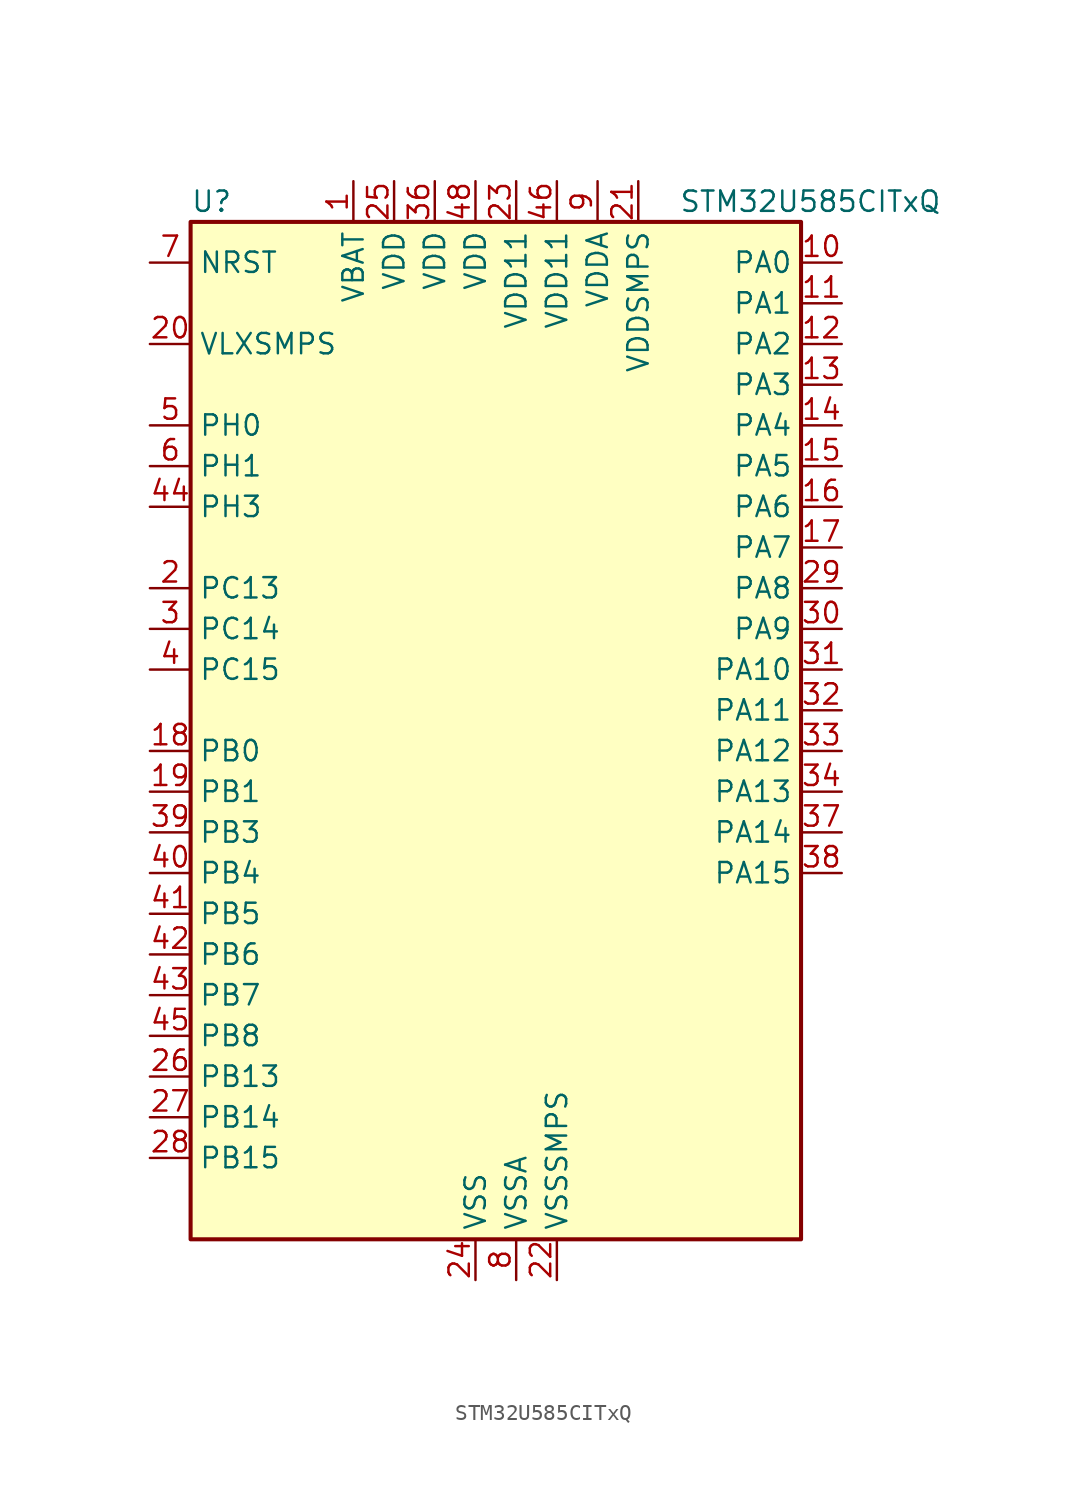
<source format=kicad_sym>
(kicad_symbol_lib
  (version 20220914)
  (generator kicad_symbol_editor)
  (symbol "STM32U585CITxQ"
    (property "Reference" "U"
      (at -17.78 34.29 0)
      (effects (font (size 1.27 1.27)) (justify left)))
    (property "Value" "STM32U585CITxQ"
      (at 12.7 34.29 0)
      (effects (font (size 1.27 1.27)) (justify left)))
    (property "ki_locked" ""
      (at 0 0 0)
      (effects (font (size 1.27 1.27))))
    (symbol "STM32U585CITxQ_0_1"
      (rectangle (start -17.78 -30.48) (end 20.32 33.02) (stroke (width 0.254) (type default)) (fill (type background))))
    (symbol "STM32U585CITxQ_1_1"
      (pin power_in line (at -7.62 35.56 270) (length 2.54) (name "VBAT" (effects (font (size 1.27 1.27)))) (number "1" (effects (font (size 1.27 1.27)))))
      (pin bidirectional line (at 22.86 30.48 180) (length 2.54) (name "PA0" (effects (font (size 1.27 1.27)))) (number "10" (effects (font (size 1.27 1.27)))) (alternate "ADC1_IN5" bidirectional line) (alternate "AUDIOCLK" bidirectional line) (alternate "OCTOSPIM_P2_NCS" bidirectional line) (alternate "OPAMP1_VINP" bidirectional line) (alternate "PWR_WKUP1" bidirectional line) (alternate "SPI3_RDY" bidirectional line) (alternate "TAMP_IN2" bidirectional line) (alternate "TAMP_OUT1" bidirectional line) (alternate "TIM2_CH1" bidirectional line) (alternate "TIM2_ETR" bidirectional line) (alternate "TIM5_CH1" bidirectional line) (alternate "TIM8_ETR" bidirectional line) (alternate "UART4_TX" bidirectional line) (alternate "USART2_CTS" bidirectional line))
      (pin bidirectional line (at 22.86 27.94 180) (length 2.54) (name "PA1" (effects (font (size 1.27 1.27)))) (number "11" (effects (font (size 1.27 1.27)))) (alternate "ADC1_IN6" bidirectional line) (alternate "I2C1_SMBA" bidirectional line) (alternate "LPTIM1_CH2" bidirectional line) (alternate "OCTOSPIM_P1_DQS" bidirectional line) (alternate "OPAMP1_VINM" bidirectional line) (alternate "PWR_WKUP3" bidirectional line) (alternate "SPI1_SCK" bidirectional line) (alternate "TAMP_IN5" bidirectional line) (alternate "TAMP_OUT4" bidirectional line) (alternate "TIM15_CH1N" bidirectional line) (alternate "TIM2_CH2" bidirectional line) (alternate "TIM5_CH2" bidirectional line) (alternate "UART4_RX" bidirectional line) (alternate "USART2_DE" bidirectional line) (alternate "USART2_RTS" bidirectional line))
      (pin bidirectional line (at 22.86 25.4 180) (length 2.54) (name "PA2" (effects (font (size 1.27 1.27)))) (number "12" (effects (font (size 1.27 1.27)))) (alternate "ADC1_IN7" bidirectional line) (alternate "COMP1_INP" bidirectional line) (alternate "LPUART1_TX" bidirectional line) (alternate "OCTOSPIM_P1_NCS" bidirectional line) (alternate "PWR_WKUP4" bidirectional line) (alternate "RCC_LSCO" bidirectional line) (alternate "SPI1_RDY" bidirectional line) (alternate "TIM15_CH1" bidirectional line) (alternate "TIM2_CH3" bidirectional line) (alternate "TIM5_CH3" bidirectional line) (alternate "UCPD1_FRSTX1" bidirectional line) (alternate "USART2_TX" bidirectional line))
      (pin bidirectional line (at 22.86 22.86 180) (length 2.54) (name "PA3" (effects (font (size 1.27 1.27)))) (number "13" (effects (font (size 1.27 1.27)))) (alternate "ADC1_IN8" bidirectional line) (alternate "LPUART1_RX" bidirectional line) (alternate "OCTOSPIM_P1_CLK" bidirectional line) (alternate "OPAMP1_VOUT" bidirectional line) (alternate "PWR_WKUP5" bidirectional line) (alternate "SAI1_CK1" bidirectional line) (alternate "SAI1_MCLK_A" bidirectional line) (alternate "TIM15_CH2" bidirectional line) (alternate "TIM2_CH4" bidirectional line) (alternate "TIM5_CH4" bidirectional line) (alternate "USART2_RX" bidirectional line))
      (pin bidirectional line (at 22.86 20.32 180) (length 2.54) (name "PA4" (effects (font (size 1.27 1.27)))) (number "14" (effects (font (size 1.27 1.27)))) (alternate "ADC1_IN9" bidirectional line) (alternate "ADC4_IN9" bidirectional line) (alternate "DAC1_OUT1" bidirectional line) (alternate "LPTIM2_CH1" bidirectional line) (alternate "OCTOSPIM_P1_NCS" bidirectional line) (alternate "PWR_WKUP2" bidirectional line) (alternate "SAI1_FS_B" bidirectional line) (alternate "SPI1_NSS" bidirectional line) (alternate "SPI3_NSS" bidirectional line) (alternate "USART2_CK" bidirectional line))
      (pin bidirectional line (at 22.86 17.78 180) (length 2.54) (name "PA5" (effects (font (size 1.27 1.27)))) (number "15" (effects (font (size 1.27 1.27)))) (alternate "ADC1_IN10" bidirectional line) (alternate "ADC4_IN10" bidirectional line) (alternate "DAC1_OUT2" bidirectional line) (alternate "LPTIM2_ETR" bidirectional line) (alternate "PWR_CSLEEP" bidirectional line) (alternate "PWR_WKUP6" bidirectional line) (alternate "SPI1_SCK" bidirectional line) (alternate "TIM2_CH1" bidirectional line) (alternate "TIM2_ETR" bidirectional line) (alternate "TIM8_CH1N" bidirectional line) (alternate "USART3_RX" bidirectional line))
      (pin bidirectional line (at 22.86 15.24 180) (length 2.54) (name "PA6" (effects (font (size 1.27 1.27)))) (number "16" (effects (font (size 1.27 1.27)))) (alternate "ADC1_IN11" bidirectional line) (alternate "ADC4_IN11" bidirectional line) (alternate "LPUART1_CTS" bidirectional line) (alternate "OCTOSPIM_P1_IO3" bidirectional line) (alternate "OPAMP2_VINP" bidirectional line) (alternate "PWR_CDSTOP" bidirectional line) (alternate "PWR_WKUP7" bidirectional line) (alternate "SPI1_MISO" bidirectional line) (alternate "TIM16_CH1" bidirectional line) (alternate "TIM1_BKIN" bidirectional line) (alternate "TIM3_CH1" bidirectional line) (alternate "TIM8_BKIN" bidirectional line) (alternate "USART3_CTS" bidirectional line))
      (pin bidirectional line (at 22.86 12.7 180) (length 2.54) (name "PA7" (effects (font (size 1.27 1.27)))) (number "17" (effects (font (size 1.27 1.27)))) (alternate "ADC1_IN12" bidirectional line) (alternate "ADC4_IN20" bidirectional line) (alternate "I2C3_SCL" bidirectional line) (alternate "LPTIM2_CH2" bidirectional line) (alternate "OCTOSPIM_P1_IO2" bidirectional line) (alternate "OPAMP2_VINM" bidirectional line) (alternate "PWR_SRDSTOP" bidirectional line) (alternate "PWR_WKUP8" bidirectional line) (alternate "SPI1_MOSI" bidirectional line) (alternate "TIM17_CH1" bidirectional line) (alternate "TIM1_CH1N" bidirectional line) (alternate "TIM3_CH2" bidirectional line) (alternate "TIM8_CH1N" bidirectional line) (alternate "USART3_TX" bidirectional line))
      (pin bidirectional line (at -20.32 0 0) (length 2.54) (name "PB0" (effects (font (size 1.27 1.27)))) (number "18" (effects (font (size 1.27 1.27)))) (alternate "ADC1_IN15" bidirectional line) (alternate "ADC4_IN18" bidirectional line) (alternate "AUDIOCLK" bidirectional line) (alternate "COMP1_OUT" bidirectional line) (alternate "LPTIM3_CH1" bidirectional line) (alternate "OCTOSPIM_P1_IO1" bidirectional line) (alternate "OPAMP2_VOUT" bidirectional line) (alternate "SPI1_NSS" bidirectional line) (alternate "TIM1_CH2N" bidirectional line) (alternate "TIM3_CH3" bidirectional line) (alternate "TIM8_CH2N" bidirectional line) (alternate "USART3_CK" bidirectional line))
      (pin bidirectional line (at -20.32 -2.54 0) (length 2.54) (name "PB1" (effects (font (size 1.27 1.27)))) (number "19" (effects (font (size 1.27 1.27)))) (alternate "ADC1_IN16" bidirectional line) (alternate "ADC4_IN19" bidirectional line) (alternate "COMP1_INM" bidirectional line) (alternate "LPTIM2_IN1" bidirectional line) (alternate "LPTIM3_CH2" bidirectional line) (alternate "LPUART1_DE" bidirectional line) (alternate "LPUART1_RTS" bidirectional line) (alternate "MDF1_SDI0" bidirectional line) (alternate "OCTOSPIM_P1_IO0" bidirectional line) (alternate "PWR_WKUP4" bidirectional line) (alternate "TIM1_CH3N" bidirectional line) (alternate "TIM3_CH4" bidirectional line) (alternate "TIM8_CH3N" bidirectional line) (alternate "USART3_DE" bidirectional line) (alternate "USART3_RTS" bidirectional line))
      (pin bidirectional line (at -20.32 10.16 0) (length 2.54) (name "PC13" (effects (font (size 1.27 1.27)))) (number "2" (effects (font (size 1.27 1.27)))) (alternate "PWR_WKUP2" bidirectional line) (alternate "RTC_OUT1" bidirectional line) (alternate "RTC_TS" bidirectional line) (alternate "TAMP_IN1" bidirectional line) (alternate "TAMP_OUT2" bidirectional line))
      (pin power_in line (at -20.32 25.4 0) (length 2.54) (name "VLXSMPS" (effects (font (size 1.27 1.27)))) (number "20" (effects (font (size 1.27 1.27)))))
      (pin power_in line (at 10.16 35.56 270) (length 2.54) (name "VDDSMPS" (effects (font (size 1.27 1.27)))) (number "21" (effects (font (size 1.27 1.27)))))
      (pin power_in line (at 5.08 -33.02 90) (length 2.54) (name "VSSSMPS" (effects (font (size 1.27 1.27)))) (number "22" (effects (font (size 1.27 1.27)))))
      (pin power_in line (at 2.54 35.56 270) (length 2.54) (name "VDD11" (effects (font (size 1.27 1.27)))) (number "23" (effects (font (size 1.27 1.27)))))
      (pin power_in line (at 0 -33.02 90) (length 2.54) (name "VSS" (effects (font (size 1.27 1.27)))) (number "24" (effects (font (size 1.27 1.27)))))
      (pin power_in line (at -5.08 35.56 270) (length 2.54) (name "VDD" (effects (font (size 1.27 1.27)))) (number "25" (effects (font (size 1.27 1.27)))))
      (pin bidirectional line (at -20.32 -20.32 0) (length 2.54) (name "PB13" (effects (font (size 1.27 1.27)))) (number "26" (effects (font (size 1.27 1.27)))) (alternate "I2C2_SCL" bidirectional line) (alternate "LPTIM3_IN1" bidirectional line) (alternate "LPUART1_CTS" bidirectional line) (alternate "MDF1_CKI1" bidirectional line) (alternate "SPI2_SCK" bidirectional line) (alternate "TIM15_CH1N" bidirectional line) (alternate "TIM1_CH1N" bidirectional line) (alternate "TSC_G1_IO2" bidirectional line) (alternate "USART3_CTS" bidirectional line))
      (pin bidirectional line (at -20.32 -22.86 0) (length 2.54) (name "PB14" (effects (font (size 1.27 1.27)))) (number "27" (effects (font (size 1.27 1.27)))) (alternate "I2C2_SDA" bidirectional line) (alternate "LPTIM3_ETR" bidirectional line) (alternate "MDF1_SDI2" bidirectional line) (alternate "SPI2_MISO" bidirectional line) (alternate "TIM15_CH1" bidirectional line) (alternate "TIM1_CH2N" bidirectional line) (alternate "TIM8_CH2N" bidirectional line) (alternate "TSC_G1_IO3" bidirectional line) (alternate "UCPD1_DBCC2" bidirectional line) (alternate "USART3_DE" bidirectional line) (alternate "USART3_RTS" bidirectional line))
      (pin bidirectional line (at -20.32 -25.4 0) (length 2.54) (name "PB15" (effects (font (size 1.27 1.27)))) (number "28" (effects (font (size 1.27 1.27)))) (alternate "ADC1_EXTI15" bidirectional line) (alternate "ADC4_EXTI15" bidirectional line) (alternate "LPTIM2_IN2" bidirectional line) (alternate "MDF1_CKI2" bidirectional line) (alternate "PWR_WKUP7" bidirectional line) (alternate "RTC_REFIN" bidirectional line) (alternate "SPI2_MOSI" bidirectional line) (alternate "TIM15_CH2" bidirectional line) (alternate "TIM1_CH3N" bidirectional line) (alternate "TIM8_CH3N" bidirectional line) (alternate "UCPD1_CC2" bidirectional line))
      (pin bidirectional line (at 22.86 10.16 180) (length 2.54) (name "PA8" (effects (font (size 1.27 1.27)))) (number "29" (effects (font (size 1.27 1.27)))) (alternate "DEBUG_TRACECLK" bidirectional line) (alternate "LPTIM2_CH1" bidirectional line) (alternate "RCC_MCO" bidirectional line) (alternate "SAI1_CK2" bidirectional line) (alternate "SAI1_SCK_A" bidirectional line) (alternate "SPI1_RDY" bidirectional line) (alternate "TIM1_CH1" bidirectional line) (alternate "USART1_CK" bidirectional line) (alternate "USB_OTG_FS_SOF" bidirectional line))
      (pin bidirectional line (at -20.32 7.62 0) (length 2.54) (name "PC14" (effects (font (size 1.27 1.27)))) (number "3" (effects (font (size 1.27 1.27)))) (alternate "RCC_OSC32_IN" bidirectional line))
      (pin bidirectional line (at 22.86 7.62 180) (length 2.54) (name "PA9" (effects (font (size 1.27 1.27)))) (number "30" (effects (font (size 1.27 1.27)))) (alternate "DAC1_EXTI9" bidirectional line) (alternate "SAI1_FS_A" bidirectional line) (alternate "SPI2_SCK" bidirectional line) (alternate "TIM15_BKIN" bidirectional line) (alternate "TIM1_CH2" bidirectional line) (alternate "USART1_TX" bidirectional line) (alternate "USB_OTG_FS_VBUS" bidirectional line))
      (pin bidirectional line (at 22.86 5.08 180) (length 2.54) (name "PA10" (effects (font (size 1.27 1.27)))) (number "31" (effects (font (size 1.27 1.27)))) (alternate "CRS_SYNC" bidirectional line) (alternate "LPTIM2_IN2" bidirectional line) (alternate "SAI1_D1" bidirectional line) (alternate "SAI1_SD_A" bidirectional line) (alternate "TIM17_BKIN" bidirectional line) (alternate "TIM1_CH3" bidirectional line) (alternate "USART1_RX" bidirectional line) (alternate "USB_OTG_FS_ID" bidirectional line))
      (pin bidirectional line (at 22.86 2.54 180) (length 2.54) (name "PA11" (effects (font (size 1.27 1.27)))) (number "32" (effects (font (size 1.27 1.27)))) (alternate "ADC1_EXTI11" bidirectional line) (alternate "FDCAN1_RX" bidirectional line) (alternate "SPI1_MISO" bidirectional line) (alternate "TIM1_BKIN2" bidirectional line) (alternate "TIM1_CH4" bidirectional line) (alternate "USART1_CTS" bidirectional line) (alternate "USB_OTG_FS_DM" bidirectional line))
      (pin bidirectional line (at 22.86 0 180) (length 2.54) (name "PA12" (effects (font (size 1.27 1.27)))) (number "33" (effects (font (size 1.27 1.27)))) (alternate "FDCAN1_TX" bidirectional line) (alternate "OCTOSPIM_P2_NCS" bidirectional line) (alternate "SPI1_MOSI" bidirectional line) (alternate "TIM1_ETR" bidirectional line) (alternate "USART1_DE" bidirectional line) (alternate "USART1_RTS" bidirectional line) (alternate "USB_OTG_FS_DP" bidirectional line))
      (pin bidirectional line (at 22.86 -2.54 180) (length 2.54) (name "PA13" (effects (font (size 1.27 1.27)))) (number "34" (effects (font (size 1.27 1.27)))) (alternate "DEBUG_JTMS-SWDIO" bidirectional line) (alternate "IR_OUT" bidirectional line) (alternate "SAI1_SD_B" bidirectional line) (alternate "USB_OTG_FS_NOE" bidirectional line))
      (pin passive line (at 0 -33.02 90) (length 2.54) hide (name "VSS" (effects (font (size 1.27 1.27)))) (number "35" (effects (font (size 1.27 1.27)))))
      (pin power_in line (at -2.54 35.56 270) (length 2.54) (name "VDD" (effects (font (size 1.27 1.27)))) (number "36" (effects (font (size 1.27 1.27)))))
      (pin bidirectional line (at 22.86 -5.08 180) (length 2.54) (name "PA14" (effects (font (size 1.27 1.27)))) (number "37" (effects (font (size 1.27 1.27)))) (alternate "DEBUG_JTCK-SWCLK" bidirectional line) (alternate "I2C1_SMBA" bidirectional line) (alternate "I2C4_SMBA" bidirectional line) (alternate "LPTIM1_CH1" bidirectional line) (alternate "SAI1_FS_B" bidirectional line) (alternate "USB_OTG_FS_SOF" bidirectional line))
      (pin bidirectional line (at 22.86 -7.62 180) (length 2.54) (name "PA15" (effects (font (size 1.27 1.27)))) (number "38" (effects (font (size 1.27 1.27)))) (alternate "ADC1_EXTI15" bidirectional line) (alternate "ADC4_EXTI15" bidirectional line) (alternate "DEBUG_JTDI" bidirectional line) (alternate "SPI1_NSS" bidirectional line) (alternate "SPI3_NSS" bidirectional line) (alternate "TIM2_CH1" bidirectional line) (alternate "TIM2_ETR" bidirectional line) (alternate "UART4_DE" bidirectional line) (alternate "UART4_RTS" bidirectional line) (alternate "UCPD1_CC1" bidirectional line) (alternate "USART2_RX" bidirectional line) (alternate "USART3_DE" bidirectional line) (alternate "USART3_RTS" bidirectional line))
      (pin bidirectional line (at -20.32 -5.08 0) (length 2.54) (name "PB3" (effects (font (size 1.27 1.27)))) (number "39" (effects (font (size 1.27 1.27)))) (alternate "ADF1_CCK0" bidirectional line) (alternate "COMP2_INM" bidirectional line) (alternate "CRS_SYNC" bidirectional line) (alternate "DEBUG_JTDO-SWO" bidirectional line) (alternate "I2C1_SDA" bidirectional line) (alternate "LPTIM1_CH1" bidirectional line) (alternate "SAI1_SCK_B" bidirectional line) (alternate "SPI1_SCK" bidirectional line) (alternate "SPI3_SCK" bidirectional line) (alternate "TIM2_CH2" bidirectional line) (alternate "USART1_DE" bidirectional line) (alternate "USART1_RTS" bidirectional line))
      (pin bidirectional line (at -20.32 5.08 0) (length 2.54) (name "PC15" (effects (font (size 1.27 1.27)))) (number "4" (effects (font (size 1.27 1.27)))) (alternate "ADC1_EXTI15" bidirectional line) (alternate "ADC4_EXTI15" bidirectional line) (alternate "RCC_OSC32_OUT" bidirectional line))
      (pin bidirectional line (at -20.32 -7.62 0) (length 2.54) (name "PB4" (effects (font (size 1.27 1.27)))) (number "40" (effects (font (size 1.27 1.27)))) (alternate "ADF1_SDI0" bidirectional line) (alternate "COMP2_INP" bidirectional line) (alternate "DEBUG_JTRST" bidirectional line) (alternate "I2C3_SDA" bidirectional line) (alternate "LPTIM1_CH2" bidirectional line) (alternate "SAI1_MCLK_B" bidirectional line) (alternate "SPI1_MISO" bidirectional line) (alternate "SPI3_MISO" bidirectional line) (alternate "TIM17_BKIN" bidirectional line) (alternate "TIM3_CH1" bidirectional line) (alternate "TSC_G2_IO1" bidirectional line) (alternate "USART1_CTS" bidirectional line))
      (pin bidirectional line (at -20.32 -10.16 0) (length 2.54) (name "PB5" (effects (font (size 1.27 1.27)))) (number "41" (effects (font (size 1.27 1.27)))) (alternate "COMP2_OUT" bidirectional line) (alternate "I2C1_SMBA" bidirectional line) (alternate "LPTIM1_IN1" bidirectional line) (alternate "OCTOSPIM_P1_NCLK" bidirectional line) (alternate "PWR_WKUP6" bidirectional line) (alternate "SAI1_SD_B" bidirectional line) (alternate "SPI1_MOSI" bidirectional line) (alternate "SPI3_MOSI" bidirectional line) (alternate "TIM16_BKIN" bidirectional line) (alternate "TIM3_CH2" bidirectional line) (alternate "TSC_G2_IO2" bidirectional line) (alternate "UCPD1_DBCC1" bidirectional line) (alternate "USART1_CK" bidirectional line))
      (pin bidirectional line (at -20.32 -12.7 0) (length 2.54) (name "PB6" (effects (font (size 1.27 1.27)))) (number "42" (effects (font (size 1.27 1.27)))) (alternate "COMP2_INP" bidirectional line) (alternate "I2C1_SCL" bidirectional line) (alternate "I2C4_SCL" bidirectional line) (alternate "LPTIM1_ETR" bidirectional line) (alternate "MDF1_SDI5" bidirectional line) (alternate "PWR_WKUP3" bidirectional line) (alternate "SAI1_FS_B" bidirectional line) (alternate "TIM16_CH1N" bidirectional line) (alternate "TIM4_CH1" bidirectional line) (alternate "TIM8_BKIN2" bidirectional line) (alternate "TSC_G2_IO3" bidirectional line) (alternate "USART1_TX" bidirectional line))
      (pin bidirectional line (at -20.32 -15.24 0) (length 2.54) (name "PB7" (effects (font (size 1.27 1.27)))) (number "43" (effects (font (size 1.27 1.27)))) (alternate "COMP2_INM" bidirectional line) (alternate "I2C1_SDA" bidirectional line) (alternate "I2C4_SDA" bidirectional line) (alternate "LPTIM1_IN2" bidirectional line) (alternate "MDF1_CKI5" bidirectional line) (alternate "PWR_PVD_IN" bidirectional line) (alternate "PWR_WKUP4" bidirectional line) (alternate "TIM17_CH1N" bidirectional line) (alternate "TIM4_CH2" bidirectional line) (alternate "TIM8_BKIN" bidirectional line) (alternate "TSC_G2_IO4" bidirectional line) (alternate "UART4_CTS" bidirectional line) (alternate "USART1_RX" bidirectional line))
      (pin bidirectional line (at -20.32 15.24 0) (length 2.54) (name "PH3" (effects (font (size 1.27 1.27)))) (number "44" (effects (font (size 1.27 1.27)))))
      (pin bidirectional line (at -20.32 -17.78 0) (length 2.54) (name "PB8" (effects (font (size 1.27 1.27)))) (number "45" (effects (font (size 1.27 1.27)))) (alternate "FDCAN1_RX" bidirectional line) (alternate "I2C1_SCL" bidirectional line) (alternate "MDF1_CCK0" bidirectional line) (alternate "PWR_WKUP5" bidirectional line) (alternate "SAI1_CK1" bidirectional line) (alternate "SAI1_MCLK_A" bidirectional line) (alternate "SPI3_RDY" bidirectional line) (alternate "TIM16_CH1" bidirectional line) (alternate "TIM4_CH3" bidirectional line))
      (pin power_in line (at 5.08 35.56 270) (length 2.54) (name "VDD11" (effects (font (size 1.27 1.27)))) (number "46" (effects (font (size 1.27 1.27)))))
      (pin passive line (at 0 -33.02 90) (length 2.54) hide (name "VSS" (effects (font (size 1.27 1.27)))) (number "47" (effects (font (size 1.27 1.27)))))
      (pin power_in line (at 0 35.56 270) (length 2.54) (name "VDD" (effects (font (size 1.27 1.27)))) (number "48" (effects (font (size 1.27 1.27)))))
      (pin bidirectional line (at -20.32 20.32 0) (length 2.54) (name "PH0" (effects (font (size 1.27 1.27)))) (number "5" (effects (font (size 1.27 1.27)))) (alternate "RCC_OSC_IN" bidirectional line))
      (pin bidirectional line (at -20.32 17.78 0) (length 2.54) (name "PH1" (effects (font (size 1.27 1.27)))) (number "6" (effects (font (size 1.27 1.27)))) (alternate "RCC_OSC_OUT" bidirectional line))
      (pin input line (at -20.32 30.48 0) (length 2.54) (name "NRST" (effects (font (size 1.27 1.27)))) (number "7" (effects (font (size 1.27 1.27)))))
      (pin power_in line (at 2.54 -33.02 90) (length 2.54) (name "VSSA" (effects (font (size 1.27 1.27)))) (number "8" (effects (font (size 1.27 1.27)))))
      (pin power_in line (at 7.62 35.56 270) (length 2.54) (name "VDDA" (effects (font (size 1.27 1.27)))) (number "9" (effects (font (size 1.27 1.27))))))))
</source>
